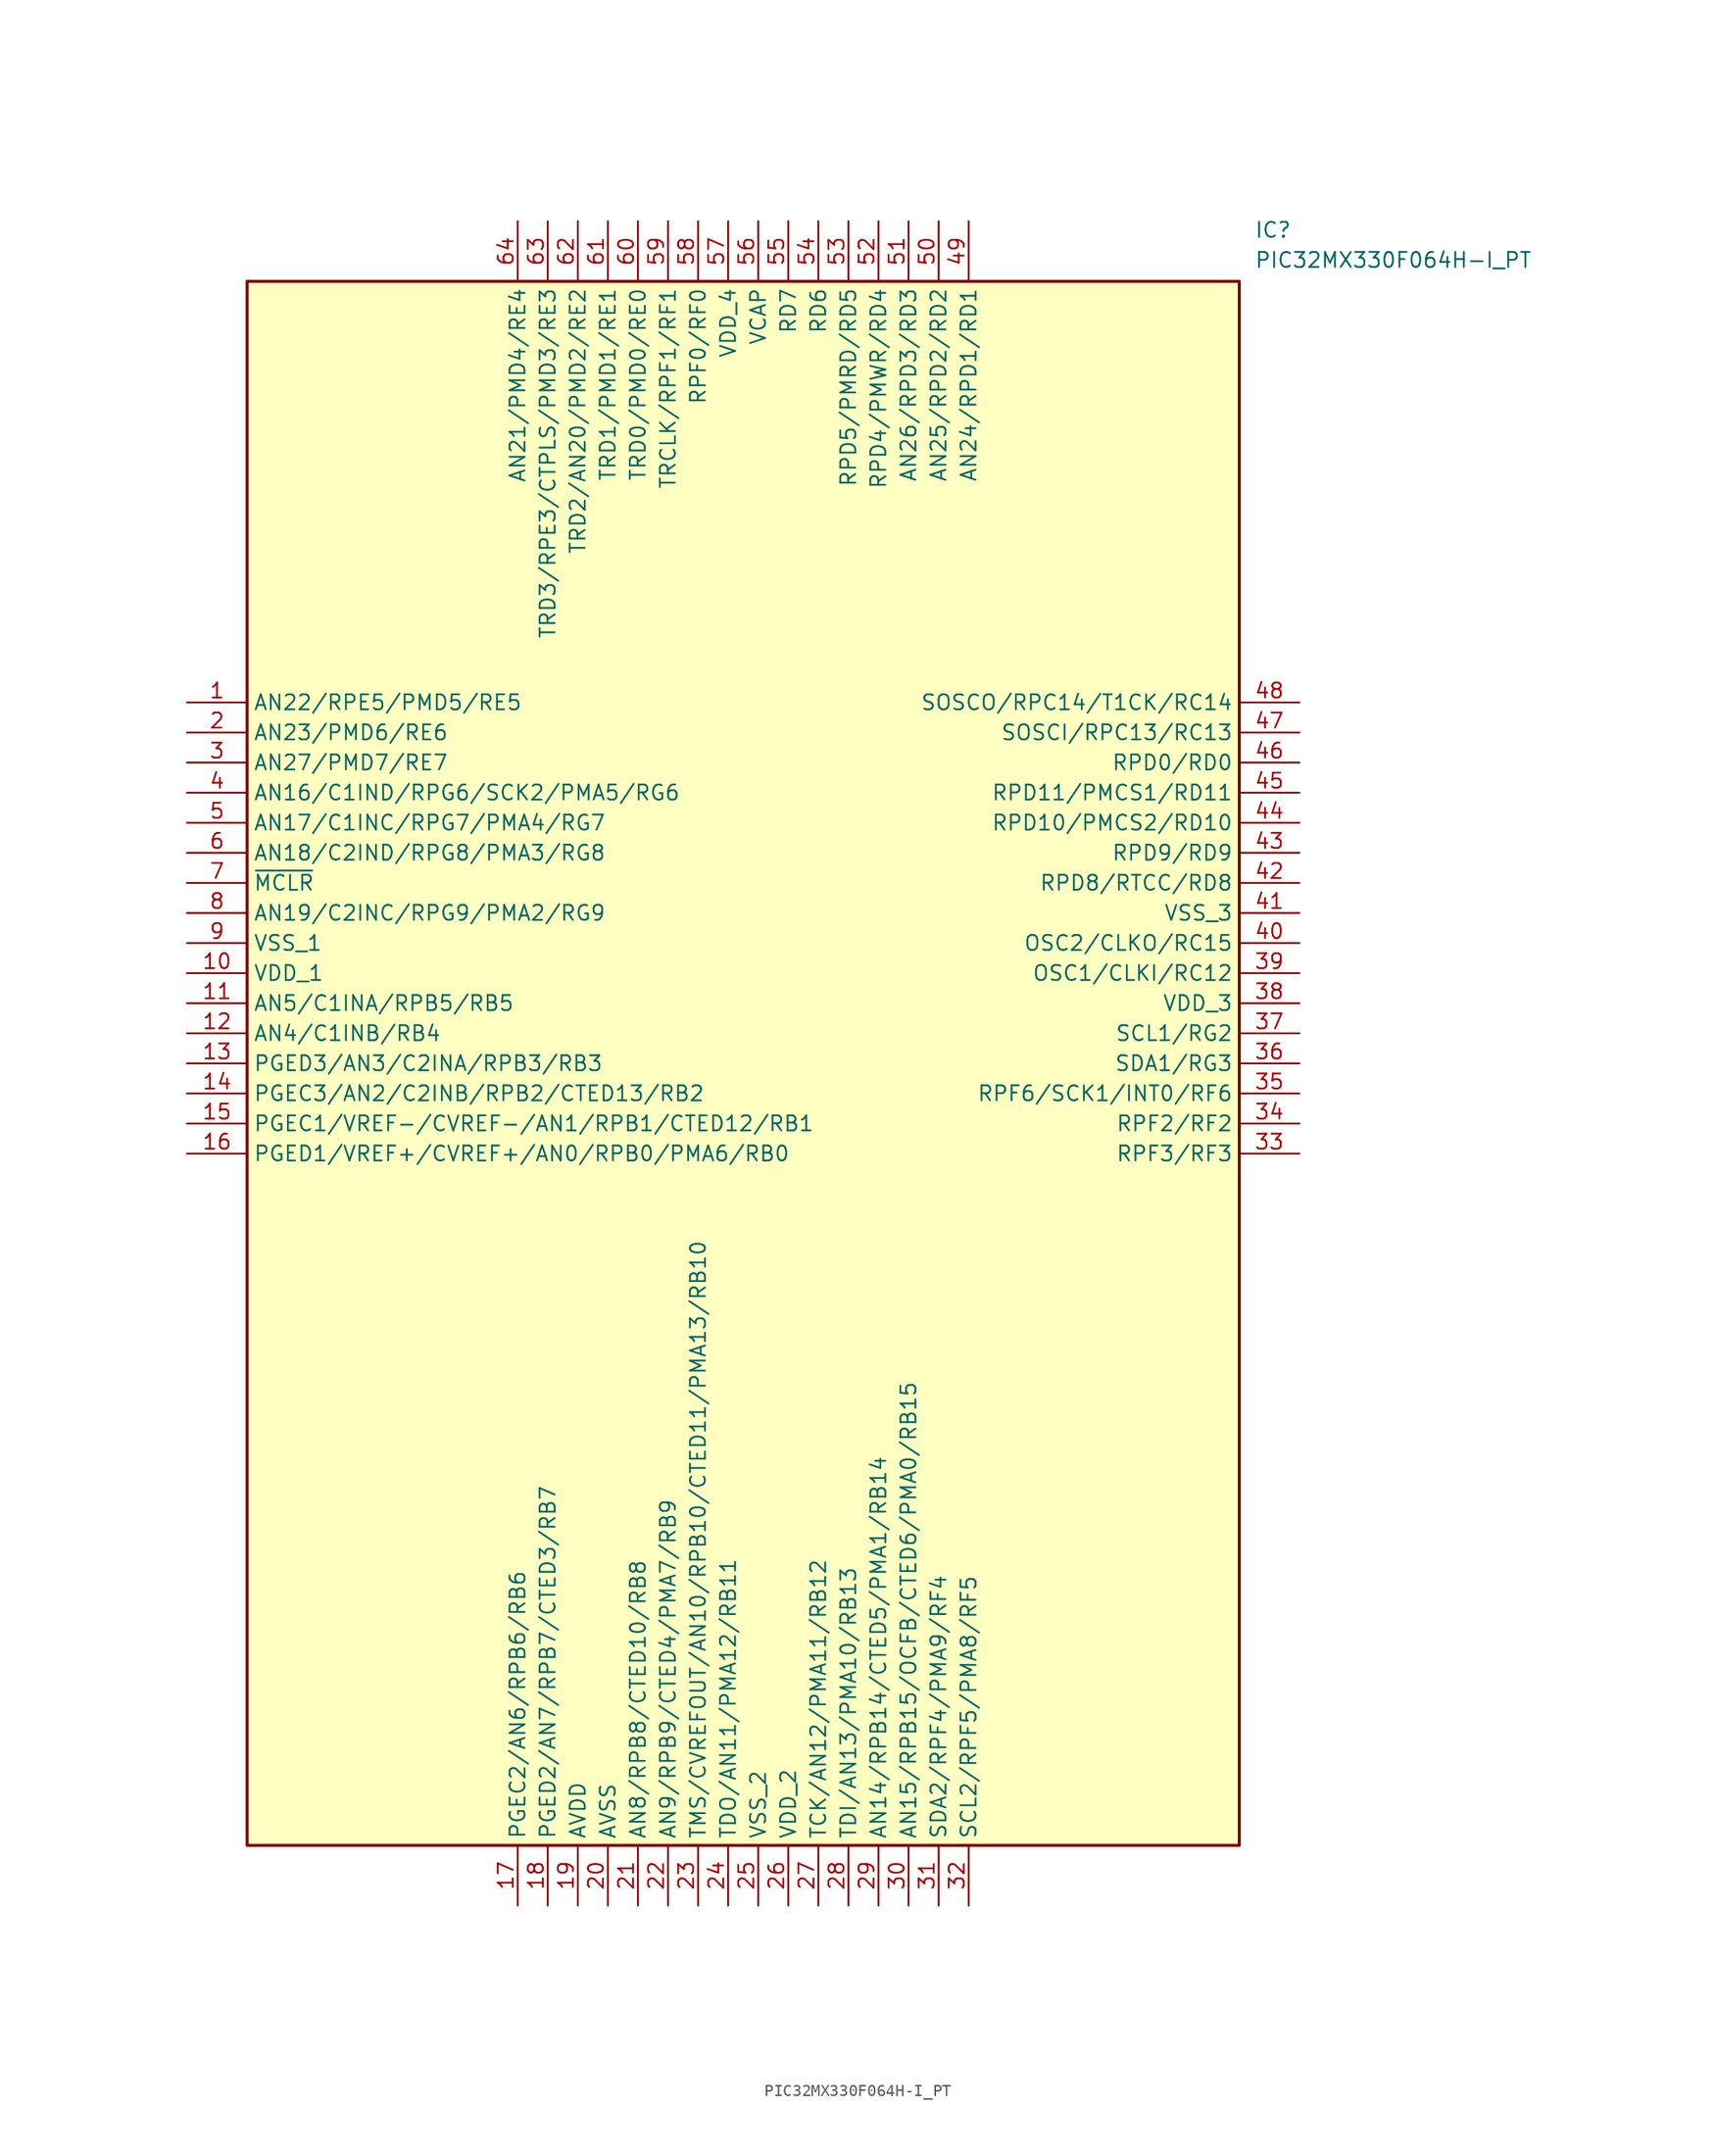
<source format=kicad_sym>
(kicad_symbol_lib
  (version 20211014)
  (generator SamacSys_ECAD_Model)
  (symbol "PIC32MX330F064H-I_PT"
    (property "Reference" "IC"
      (at 90.17 40.64 0)
      (effects (font (size 1.27 1.27)) (justify left top)))
    (property "Value" "PIC32MX330F064H-I_PT"
      (at 90.17 38.1 0)
      (effects (font (size 1.27 1.27)) (justify left top)))
    (rectangle
      (start 5.08 35.56)
      (end 88.9 -96.52)
      (stroke (width 0.254) (type default))
      (fill (type background)))
    (pin passive line
      (at 0 0 0)
      (length 5.08)
      (name "AN22/RPE5/PMD5/RE5" (effects (font (size 1.27 1.27))))
      (number "1" (effects (font (size 1.27 1.27)))))
    (pin passive line
      (at 0 -2.54 0)
      (length 5.08)
      (name "AN23/PMD6/RE6" (effects (font (size 1.27 1.27))))
      (number "2" (effects (font (size 1.27 1.27)))))
    (pin passive line
      (at 0 -5.08 0)
      (length 5.08)
      (name "AN27/PMD7/RE7" (effects (font (size 1.27 1.27))))
      (number "3" (effects (font (size 1.27 1.27)))))
    (pin passive line
      (at 0 -7.62 0)
      (length 5.08)
      (name "AN16/C1IND/RPG6/SCK2/PMA5/RG6" (effects (font (size 1.27 1.27))))
      (number "4" (effects (font (size 1.27 1.27)))))
    (pin passive line
      (at 0 -10.16 0)
      (length 5.08)
      (name "AN17/C1INC/RPG7/PMA4/RG7" (effects (font (size 1.27 1.27))))
      (number "5" (effects (font (size 1.27 1.27)))))
    (pin passive line
      (at 0 -12.7 0)
      (length 5.08)
      (name "AN18/C2IND/RPG8/PMA3/RG8" (effects (font (size 1.27 1.27))))
      (number "6" (effects (font (size 1.27 1.27)))))
    (pin passive line
      (at 0 -15.24 0)
      (length 5.08)
      (name "~{MCLR}" (effects (font (size 1.27 1.27))))
      (number "7" (effects (font (size 1.27 1.27)))))
    (pin passive line
      (at 0 -17.78 0)
      (length 5.08)
      (name "AN19/C2INC/RPG9/PMA2/RG9" (effects (font (size 1.27 1.27))))
      (number "8" (effects (font (size 1.27 1.27)))))
    (pin passive line
      (at 0 -20.32 0)
      (length 5.08)
      (name "VSS_1" (effects (font (size 1.27 1.27))))
      (number "9" (effects (font (size 1.27 1.27)))))
    (pin passive line
      (at 0 -22.86 0)
      (length 5.08)
      (name "VDD_1" (effects (font (size 1.27 1.27))))
      (number "10" (effects (font (size 1.27 1.27)))))
    (pin passive line
      (at 0 -25.4 0)
      (length 5.08)
      (name "AN5/C1INA/RPB5/RB5" (effects (font (size 1.27 1.27))))
      (number "11" (effects (font (size 1.27 1.27)))))
    (pin passive line
      (at 0 -27.94 0)
      (length 5.08)
      (name "AN4/C1INB/RB4" (effects (font (size 1.27 1.27))))
      (number "12" (effects (font (size 1.27 1.27)))))
    (pin passive line
      (at 0 -30.48 0)
      (length 5.08)
      (name "PGED3/AN3/C2INA/RPB3/RB3" (effects (font (size 1.27 1.27))))
      (number "13" (effects (font (size 1.27 1.27)))))
    (pin passive line
      (at 0 -33.02 0)
      (length 5.08)
      (name "PGEC3/AN2/C2INB/RPB2/CTED13/RB2" (effects (font (size 1.27 1.27))))
      (number "14" (effects (font (size 1.27 1.27)))))
    (pin passive line
      (at 0 -35.56 0)
      (length 5.08)
      (name "PGEC1/VREF-/CVREF-/AN1/RPB1/CTED12/RB1" (effects (font (size 1.27 1.27))))
      (number "15" (effects (font (size 1.27 1.27)))))
    (pin passive line
      (at 0 -38.1 0)
      (length 5.08)
      (name "PGED1/VREF+/CVREF+/AN0/RPB0/PMA6/RB0" (effects (font (size 1.27 1.27))))
      (number "16" (effects (font (size 1.27 1.27)))))
    (pin passive line
      (at 27.94 -101.6 90)
      (length 5.08)
      (name "PGEC2/AN6/RPB6/RB6" (effects (font (size 1.27 1.27))))
      (number "17" (effects (font (size 1.27 1.27)))))
    (pin passive line
      (at 30.48 -101.6 90)
      (length 5.08)
      (name "PGED2/AN7/RPB7/CTED3/RB7" (effects (font (size 1.27 1.27))))
      (number "18" (effects (font (size 1.27 1.27)))))
    (pin passive line
      (at 33.02 -101.6 90)
      (length 5.08)
      (name "AVDD" (effects (font (size 1.27 1.27))))
      (number "19" (effects (font (size 1.27 1.27)))))
    (pin passive line
      (at 35.56 -101.6 90)
      (length 5.08)
      (name "AVSS" (effects (font (size 1.27 1.27))))
      (number "20" (effects (font (size 1.27 1.27)))))
    (pin passive line
      (at 38.1 -101.6 90)
      (length 5.08)
      (name "AN8/RPB8/CTED10/RB8" (effects (font (size 1.27 1.27))))
      (number "21" (effects (font (size 1.27 1.27)))))
    (pin passive line
      (at 40.64 -101.6 90)
      (length 5.08)
      (name "AN9/RPB9/CTED4/PMA7/RB9" (effects (font (size 1.27 1.27))))
      (number "22" (effects (font (size 1.27 1.27)))))
    (pin passive line
      (at 43.18 -101.6 90)
      (length 5.08)
      (name "TMS/CVREFOUT/AN10/RPB10/CTED11/PMA13/RB10" (effects (font (size 1.27 1.27))))
      (number "23" (effects (font (size 1.27 1.27)))))
    (pin passive line
      (at 45.72 -101.6 90)
      (length 5.08)
      (name "TDO/AN11/PMA12/RB11" (effects (font (size 1.27 1.27))))
      (number "24" (effects (font (size 1.27 1.27)))))
    (pin passive line
      (at 48.26 -101.6 90)
      (length 5.08)
      (name "VSS_2" (effects (font (size 1.27 1.27))))
      (number "25" (effects (font (size 1.27 1.27)))))
    (pin passive line
      (at 50.8 -101.6 90)
      (length 5.08)
      (name "VDD_2" (effects (font (size 1.27 1.27))))
      (number "26" (effects (font (size 1.27 1.27)))))
    (pin passive line
      (at 53.34 -101.6 90)
      (length 5.08)
      (name "TCK/AN12/PMA11/RB12" (effects (font (size 1.27 1.27))))
      (number "27" (effects (font (size 1.27 1.27)))))
    (pin passive line
      (at 55.88 -101.6 90)
      (length 5.08)
      (name "TDI/AN13/PMA10/RB13" (effects (font (size 1.27 1.27))))
      (number "28" (effects (font (size 1.27 1.27)))))
    (pin passive line
      (at 58.42 -101.6 90)
      (length 5.08)
      (name "AN14/RPB14/CTED5/PMA1/RB14" (effects (font (size 1.27 1.27))))
      (number "29" (effects (font (size 1.27 1.27)))))
    (pin passive line
      (at 60.96 -101.6 90)
      (length 5.08)
      (name "AN15/RPB15/OCFB/CTED6/PMA0/RB15" (effects (font (size 1.27 1.27))))
      (number "30" (effects (font (size 1.27 1.27)))))
    (pin passive line
      (at 63.5 -101.6 90)
      (length 5.08)
      (name "SDA2/RPF4/PMA9/RF4" (effects (font (size 1.27 1.27))))
      (number "31" (effects (font (size 1.27 1.27)))))
    (pin passive line
      (at 66.04 -101.6 90)
      (length 5.08)
      (name "SCL2/RPF5/PMA8/RF5" (effects (font (size 1.27 1.27))))
      (number "32" (effects (font (size 1.27 1.27)))))
    (pin passive line
      (at 93.98 0 180)
      (length 5.08)
      (name "SOSCO/RPC14/T1CK/RC14" (effects (font (size 1.27 1.27))))
      (number "48" (effects (font (size 1.27 1.27)))))
    (pin passive line
      (at 93.98 -2.54 180)
      (length 5.08)
      (name "SOSCI/RPC13/RC13" (effects (font (size 1.27 1.27))))
      (number "47" (effects (font (size 1.27 1.27)))))
    (pin passive line
      (at 93.98 -5.08 180)
      (length 5.08)
      (name "RPD0/RD0" (effects (font (size 1.27 1.27))))
      (number "46" (effects (font (size 1.27 1.27)))))
    (pin passive line
      (at 93.98 -7.62 180)
      (length 5.08)
      (name "RPD11/PMCS1/RD11" (effects (font (size 1.27 1.27))))
      (number "45" (effects (font (size 1.27 1.27)))))
    (pin passive line
      (at 93.98 -10.16 180)
      (length 5.08)
      (name "RPD10/PMCS2/RD10" (effects (font (size 1.27 1.27))))
      (number "44" (effects (font (size 1.27 1.27)))))
    (pin passive line
      (at 93.98 -12.7 180)
      (length 5.08)
      (name "RPD9/RD9" (effects (font (size 1.27 1.27))))
      (number "43" (effects (font (size 1.27 1.27)))))
    (pin passive line
      (at 93.98 -15.24 180)
      (length 5.08)
      (name "RPD8/RTCC/RD8" (effects (font (size 1.27 1.27))))
      (number "42" (effects (font (size 1.27 1.27)))))
    (pin passive line
      (at 93.98 -17.78 180)
      (length 5.08)
      (name "VSS_3" (effects (font (size 1.27 1.27))))
      (number "41" (effects (font (size 1.27 1.27)))))
    (pin passive line
      (at 93.98 -20.32 180)
      (length 5.08)
      (name "OSC2/CLKO/RC15" (effects (font (size 1.27 1.27))))
      (number "40" (effects (font (size 1.27 1.27)))))
    (pin passive line
      (at 93.98 -22.86 180)
      (length 5.08)
      (name "OSC1/CLKI/RC12" (effects (font (size 1.27 1.27))))
      (number "39" (effects (font (size 1.27 1.27)))))
    (pin passive line
      (at 93.98 -25.4 180)
      (length 5.08)
      (name "VDD_3" (effects (font (size 1.27 1.27))))
      (number "38" (effects (font (size 1.27 1.27)))))
    (pin passive line
      (at 93.98 -27.94 180)
      (length 5.08)
      (name "SCL1/RG2" (effects (font (size 1.27 1.27))))
      (number "37" (effects (font (size 1.27 1.27)))))
    (pin passive line
      (at 93.98 -30.48 180)
      (length 5.08)
      (name "SDA1/RG3" (effects (font (size 1.27 1.27))))
      (number "36" (effects (font (size 1.27 1.27)))))
    (pin passive line
      (at 93.98 -33.02 180)
      (length 5.08)
      (name "RPF6/SCK1/INT0/RF6" (effects (font (size 1.27 1.27))))
      (number "35" (effects (font (size 1.27 1.27)))))
    (pin passive line
      (at 93.98 -35.56 180)
      (length 5.08)
      (name "RPF2/RF2" (effects (font (size 1.27 1.27))))
      (number "34" (effects (font (size 1.27 1.27)))))
    (pin passive line
      (at 93.98 -38.1 180)
      (length 5.08)
      (name "RPF3/RF3" (effects (font (size 1.27 1.27))))
      (number "33" (effects (font (size 1.27 1.27)))))
    (pin passive line
      (at 27.94 40.64 270)
      (length 5.08)
      (name "AN21/PMD4/RE4" (effects (font (size 1.27 1.27))))
      (number "64" (effects (font (size 1.27 1.27)))))
    (pin passive line
      (at 30.48 40.64 270)
      (length 5.08)
      (name "TRD3/RPE3/CTPLS/PMD3/RE3" (effects (font (size 1.27 1.27))))
      (number "63" (effects (font (size 1.27 1.27)))))
    (pin passive line
      (at 33.02 40.64 270)
      (length 5.08)
      (name "TRD2/AN20/PMD2/RE2" (effects (font (size 1.27 1.27))))
      (number "62" (effects (font (size 1.27 1.27)))))
    (pin passive line
      (at 35.56 40.64 270)
      (length 5.08)
      (name "TRD1/PMD1/RE1" (effects (font (size 1.27 1.27))))
      (number "61" (effects (font (size 1.27 1.27)))))
    (pin passive line
      (at 38.1 40.64 270)
      (length 5.08)
      (name "TRD0/PMD0/RE0" (effects (font (size 1.27 1.27))))
      (number "60" (effects (font (size 1.27 1.27)))))
    (pin passive line
      (at 40.64 40.64 270)
      (length 5.08)
      (name "TRCLK/RPF1/RF1" (effects (font (size 1.27 1.27))))
      (number "59" (effects (font (size 1.27 1.27)))))
    (pin passive line
      (at 43.18 40.64 270)
      (length 5.08)
      (name "RPF0/RF0" (effects (font (size 1.27 1.27))))
      (number "58" (effects (font (size 1.27 1.27)))))
    (pin passive line
      (at 45.72 40.64 270)
      (length 5.08)
      (name "VDD_4" (effects (font (size 1.27 1.27))))
      (number "57" (effects (font (size 1.27 1.27)))))
    (pin passive line
      (at 48.26 40.64 270)
      (length 5.08)
      (name "VCAP" (effects (font (size 1.27 1.27))))
      (number "56" (effects (font (size 1.27 1.27)))))
    (pin passive line
      (at 50.8 40.64 270)
      (length 5.08)
      (name "RD7" (effects (font (size 1.27 1.27))))
      (number "55" (effects (font (size 1.27 1.27)))))
    (pin passive line
      (at 53.34 40.64 270)
      (length 5.08)
      (name "RD6" (effects (font (size 1.27 1.27))))
      (number "54" (effects (font (size 1.27 1.27)))))
    (pin passive line
      (at 55.88 40.64 270)
      (length 5.08)
      (name "RPD5/PMRD/RD5" (effects (font (size 1.27 1.27))))
      (number "53" (effects (font (size 1.27 1.27)))))
    (pin passive line
      (at 58.42 40.64 270)
      (length 5.08)
      (name "RPD4/PMWR/RD4" (effects (font (size 1.27 1.27))))
      (number "52" (effects (font (size 1.27 1.27)))))
    (pin passive line
      (at 60.96 40.64 270)
      (length 5.08)
      (name "AN26/RPD3/RD3" (effects (font (size 1.27 1.27))))
      (number "51" (effects (font (size 1.27 1.27)))))
    (pin passive line
      (at 63.5 40.64 270)
      (length 5.08)
      (name "AN25/RPD2/RD2" (effects (font (size 1.27 1.27))))
      (number "50" (effects (font (size 1.27 1.27)))))
    (pin passive line
      (at 66.04 40.64 270)
      (length 5.08)
      (name "AN24/RPD1/RD1" (effects (font (size 1.27 1.27))))
      (number "49" (effects (font (size 1.27 1.27)))))))
</source>
